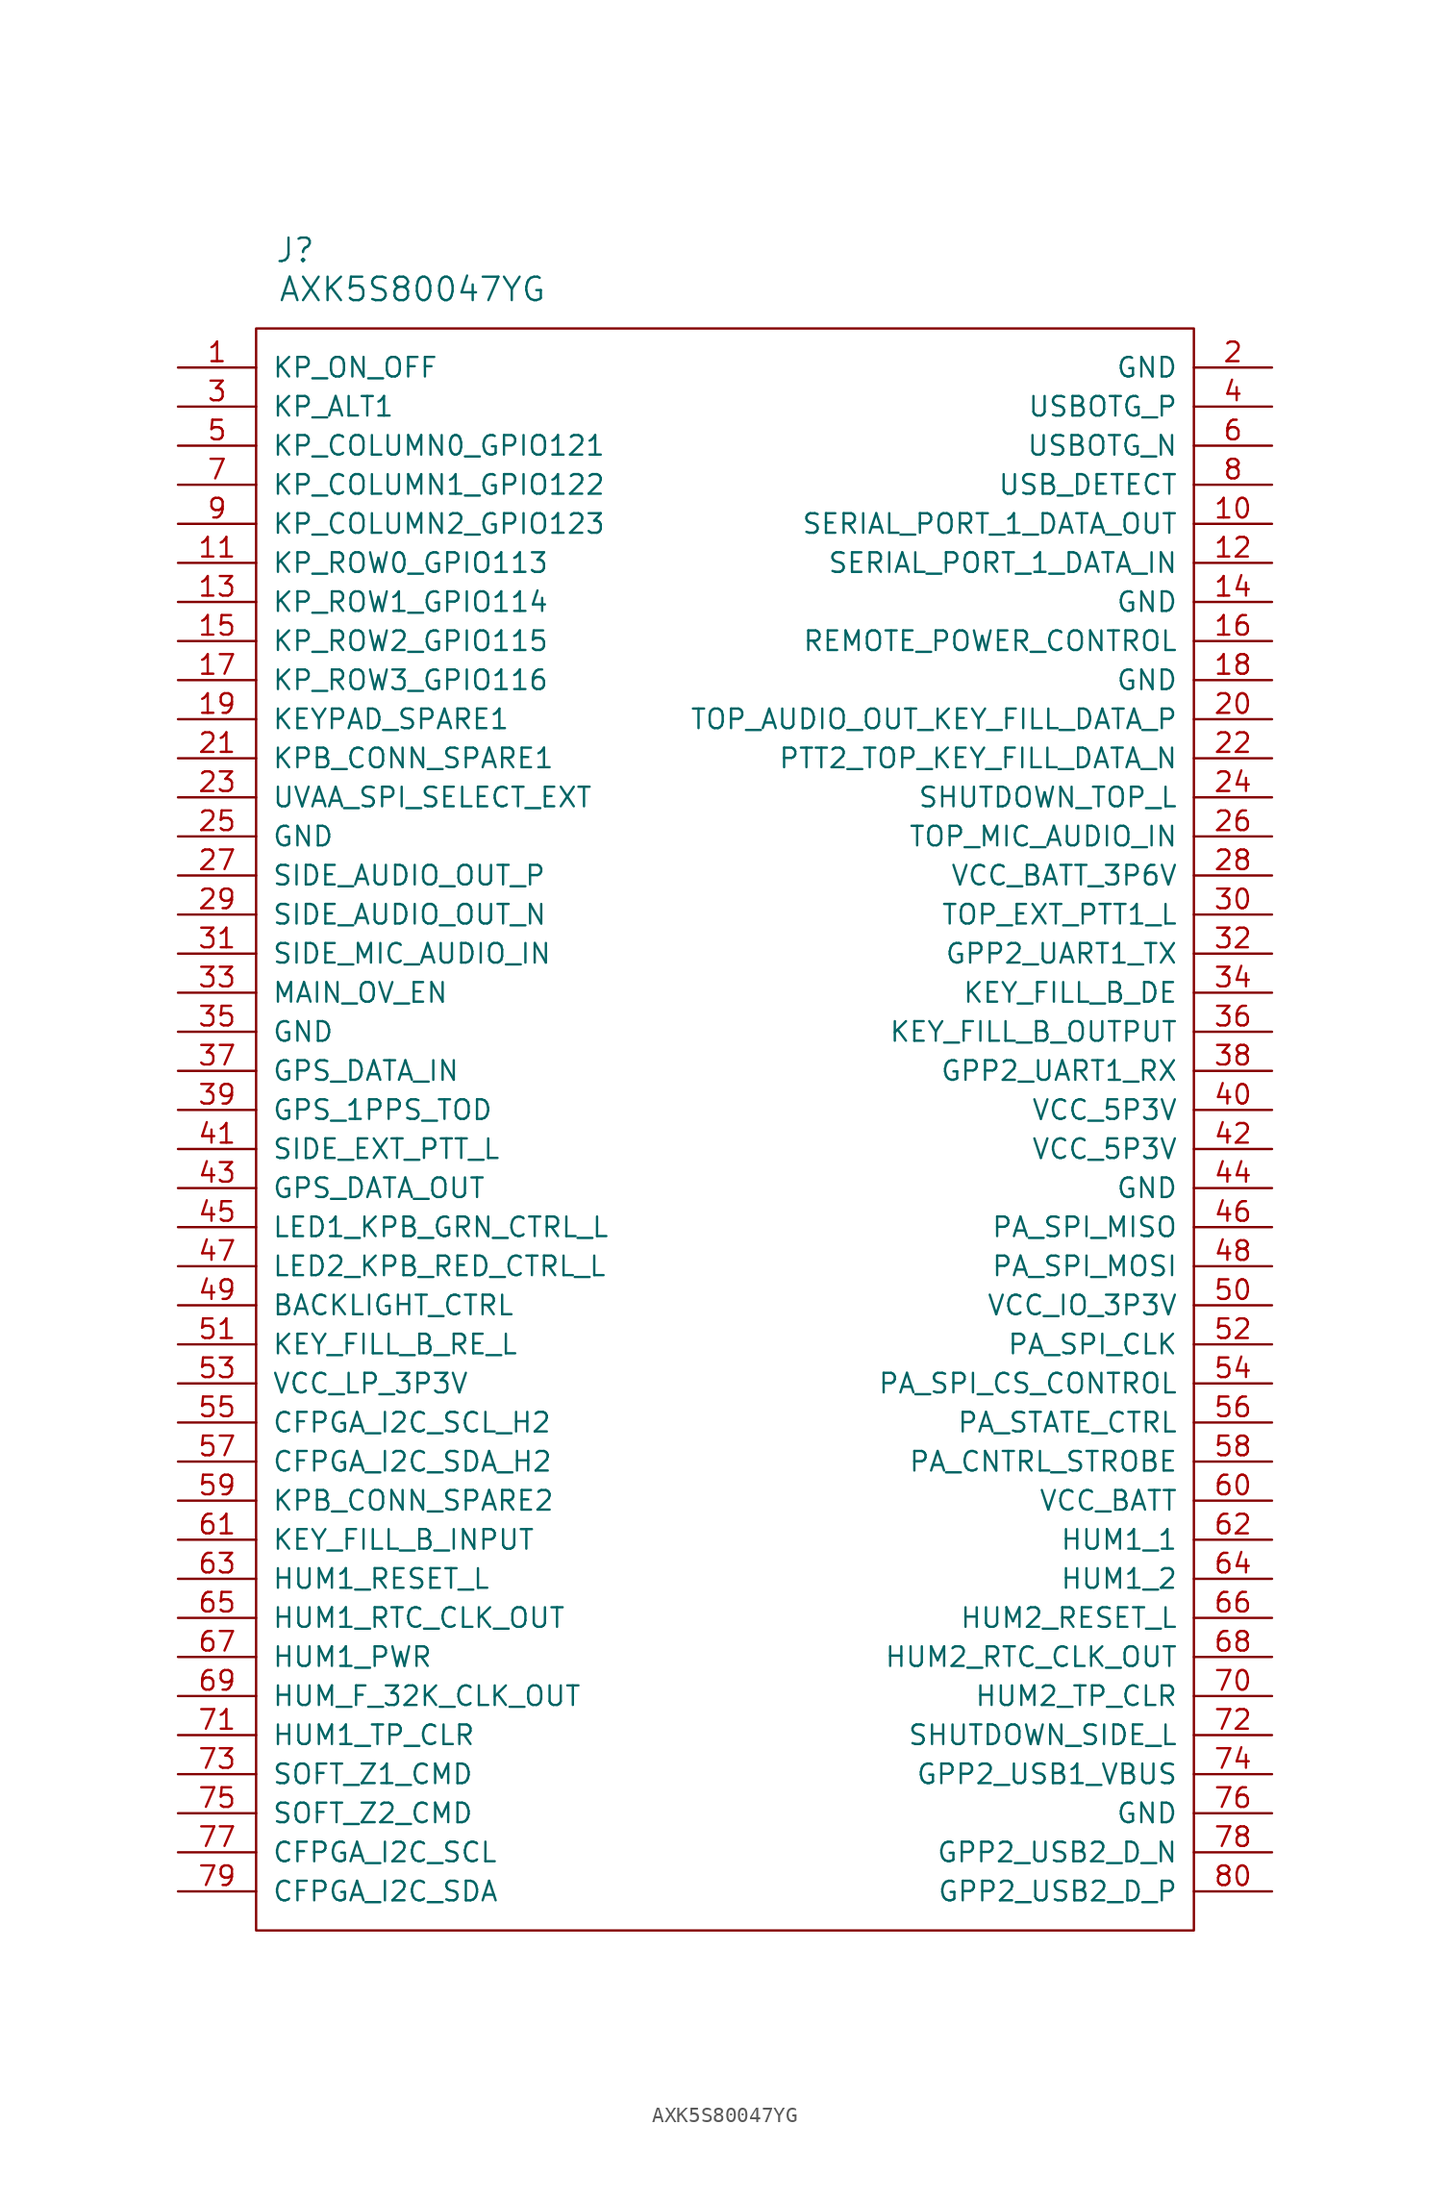
<source format=kicad_sym>
(kicad_symbol_lib
  (version 20231120)
  (generator "kicad_symbol_editor")
  (generator_version "8.0")
  (symbol "AXK5S80047YG"
    (pin_names
      (offset 1.016))
    (property "Reference" "J"
      (at -27.94 57.15 0)
      (effects (font (size 1.524 1.524))))
    (property "Value" "AXK5S80047YG"
      (at -20.32 54.61 0)
      (effects (font (size 1.524 1.524))))
    (property "Footprint" ""
      (at 0 1.27 0)
      (effects (font (size 1.524 1.524))))
    (property "Datasheet" ""
      (at 0 1.27 0)
      (effects (font (size 1.524 1.524))))
    (symbol "AXK5S80047YG_0_1"
      (rectangle (start -30.48 52.07) (end 30.48 -52.07) (stroke (width 0) (type default)) (fill (type none))))
    (symbol "AXK5S80047YG_1_1"
      (pin passive line (at -35.56 49.53 0) (length 5.08) (name "KP_ON_OFF" (effects (font (size 1.27 1.27)))) (number "1" (effects (font (size 1.27 1.27)))))
      (pin passive line (at 35.56 39.37 180) (length 5.08) (name "SERIAL_PORT_1_DATA_OUT" (effects (font (size 1.27 1.27)))) (number "10" (effects (font (size 1.27 1.27)))))
      (pin passive line (at -35.56 36.83 0) (length 5.08) (name "KP_ROW0_GPIO113" (effects (font (size 1.27 1.27)))) (number "11" (effects (font (size 1.27 1.27)))))
      (pin passive line (at 35.56 36.83 180) (length 5.08) (name "SERIAL_PORT_1_DATA_IN" (effects (font (size 1.27 1.27)))) (number "12" (effects (font (size 1.27 1.27)))))
      (pin passive line (at -35.56 34.29 0) (length 5.08) (name "KP_ROW1_GPIO114" (effects (font (size 1.27 1.27)))) (number "13" (effects (font (size 1.27 1.27)))))
      (pin passive line (at 35.56 34.29 180) (length 5.08) (name "GND" (effects (font (size 1.27 1.27)))) (number "14" (effects (font (size 1.27 1.27)))))
      (pin passive line (at -35.56 31.75 0) (length 5.08) (name "KP_ROW2_GPIO115" (effects (font (size 1.27 1.27)))) (number "15" (effects (font (size 1.27 1.27)))))
      (pin passive line (at 35.56 31.75 180) (length 5.08) (name "REMOTE_POWER_CONTROL" (effects (font (size 1.27 1.27)))) (number "16" (effects (font (size 1.27 1.27)))))
      (pin passive line (at -35.56 29.21 0) (length 5.08) (name "KP_ROW3_GPIO116" (effects (font (size 1.27 1.27)))) (number "17" (effects (font (size 1.27 1.27)))))
      (pin passive line (at 35.56 29.21 180) (length 5.08) (name "GND" (effects (font (size 1.27 1.27)))) (number "18" (effects (font (size 1.27 1.27)))))
      (pin passive line (at -35.56 26.67 0) (length 5.08) (name "KEYPAD_SPARE1" (effects (font (size 1.27 1.27)))) (number "19" (effects (font (size 1.27 1.27)))))
      (pin passive line (at 35.56 49.53 180) (length 5.08) (name "GND" (effects (font (size 1.27 1.27)))) (number "2" (effects (font (size 1.27 1.27)))))
      (pin passive line (at 35.56 26.67 180) (length 5.08) (name "TOP_AUDIO_OUT_KEY_FILL_DATA_P" (effects (font (size 1.27 1.27)))) (number "20" (effects (font (size 1.27 1.27)))))
      (pin passive line (at -35.56 24.13 0) (length 5.08) (name "KPB_CONN_SPARE1" (effects (font (size 1.27 1.27)))) (number "21" (effects (font (size 1.27 1.27)))))
      (pin passive line (at 35.56 24.13 180) (length 5.08) (name "PTT2_TOP_KEY_FILL_DATA_N" (effects (font (size 1.27 1.27)))) (number "22" (effects (font (size 1.27 1.27)))))
      (pin passive line (at -35.56 21.59 0) (length 5.08) (name "UVAA_SPI_SELECT_EXT" (effects (font (size 1.27 1.27)))) (number "23" (effects (font (size 1.27 1.27)))))
      (pin passive line (at 35.56 21.59 180) (length 5.08) (name "SHUTDOWN_TOP_L" (effects (font (size 1.27 1.27)))) (number "24" (effects (font (size 1.27 1.27)))))
      (pin passive line (at -35.56 19.05 0) (length 5.08) (name "GND" (effects (font (size 1.27 1.27)))) (number "25" (effects (font (size 1.27 1.27)))))
      (pin passive line (at 35.56 19.05 180) (length 5.08) (name "TOP_MIC_AUDIO_IN" (effects (font (size 1.27 1.27)))) (number "26" (effects (font (size 1.27 1.27)))))
      (pin passive line (at -35.56 16.51 0) (length 5.08) (name "SIDE_AUDIO_OUT_P" (effects (font (size 1.27 1.27)))) (number "27" (effects (font (size 1.27 1.27)))))
      (pin passive line (at 35.56 16.51 180) (length 5.08) (name "VCC_BATT_3P6V" (effects (font (size 1.27 1.27)))) (number "28" (effects (font (size 1.27 1.27)))))
      (pin passive line (at -35.56 13.97 0) (length 5.08) (name "SIDE_AUDIO_OUT_N" (effects (font (size 1.27 1.27)))) (number "29" (effects (font (size 1.27 1.27)))))
      (pin passive line (at -35.56 46.99 0) (length 5.08) (name "KP_ALT1" (effects (font (size 1.27 1.27)))) (number "3" (effects (font (size 1.27 1.27)))))
      (pin passive line (at 35.56 13.97 180) (length 5.08) (name "TOP_EXT_PTT1_L" (effects (font (size 1.27 1.27)))) (number "30" (effects (font (size 1.27 1.27)))))
      (pin passive line (at -35.56 11.43 0) (length 5.08) (name "SIDE_MIC_AUDIO_IN" (effects (font (size 1.27 1.27)))) (number "31" (effects (font (size 1.27 1.27)))))
      (pin passive line (at 35.56 11.43 180) (length 5.08) (name "GPP2_UART1_TX" (effects (font (size 1.27 1.27)))) (number "32" (effects (font (size 1.27 1.27)))))
      (pin passive line (at -35.56 8.89 0) (length 5.08) (name "MAIN_OV_EN" (effects (font (size 1.27 1.27)))) (number "33" (effects (font (size 1.27 1.27)))))
      (pin passive line (at 35.56 8.89 180) (length 5.08) (name "KEY_FILL_B_DE" (effects (font (size 1.27 1.27)))) (number "34" (effects (font (size 1.27 1.27)))))
      (pin passive line (at -35.56 6.35 0) (length 5.08) (name "GND" (effects (font (size 1.27 1.27)))) (number "35" (effects (font (size 1.27 1.27)))))
      (pin passive line (at 35.56 6.35 180) (length 5.08) (name "KEY_FILL_B_OUTPUT" (effects (font (size 1.27 1.27)))) (number "36" (effects (font (size 1.27 1.27)))))
      (pin passive line (at -35.56 3.81 0) (length 5.08) (name "GPS_DATA_IN" (effects (font (size 1.27 1.27)))) (number "37" (effects (font (size 1.27 1.27)))))
      (pin passive line (at 35.56 3.81 180) (length 5.08) (name "GPP2_UART1_RX" (effects (font (size 1.27 1.27)))) (number "38" (effects (font (size 1.27 1.27)))))
      (pin passive line (at -35.56 1.27 0) (length 5.08) (name "GPS_1PPS_TOD" (effects (font (size 1.27 1.27)))) (number "39" (effects (font (size 1.27 1.27)))))
      (pin passive line (at 35.56 46.99 180) (length 5.08) (name "USBOTG_P" (effects (font (size 1.27 1.27)))) (number "4" (effects (font (size 1.27 1.27)))))
      (pin passive line (at 35.56 1.27 180) (length 5.08) (name "VCC_5P3V" (effects (font (size 1.27 1.27)))) (number "40" (effects (font (size 1.27 1.27)))))
      (pin passive line (at -35.56 -1.27 0) (length 5.08) (name "SIDE_EXT_PTT_L" (effects (font (size 1.27 1.27)))) (number "41" (effects (font (size 1.27 1.27)))))
      (pin passive line (at 35.56 -1.27 180) (length 5.08) (name "VCC_5P3V" (effects (font (size 1.27 1.27)))) (number "42" (effects (font (size 1.27 1.27)))))
      (pin passive line (at -35.56 -3.81 0) (length 5.08) (name "GPS_DATA_OUT" (effects (font (size 1.27 1.27)))) (number "43" (effects (font (size 1.27 1.27)))))
      (pin passive line (at 35.56 -3.81 180) (length 5.08) (name "GND" (effects (font (size 1.27 1.27)))) (number "44" (effects (font (size 1.27 1.27)))))
      (pin passive line (at -35.56 -6.35 0) (length 5.08) (name "LED1_KPB_GRN_CTRL_L" (effects (font (size 1.27 1.27)))) (number "45" (effects (font (size 1.27 1.27)))))
      (pin passive line (at 35.56 -6.35 180) (length 5.08) (name "PA_SPI_MISO" (effects (font (size 1.27 1.27)))) (number "46" (effects (font (size 1.27 1.27)))))
      (pin passive line (at -35.56 -8.89 0) (length 5.08) (name "LED2_KPB_RED_CTRL_L" (effects (font (size 1.27 1.27)))) (number "47" (effects (font (size 1.27 1.27)))))
      (pin passive line (at 35.56 -8.89 180) (length 5.08) (name "PA_SPI_MOSI" (effects (font (size 1.27 1.27)))) (number "48" (effects (font (size 1.27 1.27)))))
      (pin passive line (at -35.56 -11.43 0) (length 5.08) (name "BACKLIGHT_CTRL" (effects (font (size 1.27 1.27)))) (number "49" (effects (font (size 1.27 1.27)))))
      (pin passive line (at -35.56 44.45 0) (length 5.08) (name "KP_COLUMN0_GPIO121" (effects (font (size 1.27 1.27)))) (number "5" (effects (font (size 1.27 1.27)))))
      (pin passive line (at 35.56 -11.43 180) (length 5.08) (name "VCC_IO_3P3V" (effects (font (size 1.27 1.27)))) (number "50" (effects (font (size 1.27 1.27)))))
      (pin passive line (at -35.56 -13.97 0) (length 5.08) (name "KEY_FILL_B_RE_L" (effects (font (size 1.27 1.27)))) (number "51" (effects (font (size 1.27 1.27)))))
      (pin passive line (at 35.56 -13.97 180) (length 5.08) (name "PA_SPI_CLK" (effects (font (size 1.27 1.27)))) (number "52" (effects (font (size 1.27 1.27)))))
      (pin passive line (at -35.56 -16.51 0) (length 5.08) (name "VCC_LP_3P3V" (effects (font (size 1.27 1.27)))) (number "53" (effects (font (size 1.27 1.27)))))
      (pin passive line (at 35.56 -16.51 180) (length 5.08) (name "PA_SPI_CS_CONTROL" (effects (font (size 1.27 1.27)))) (number "54" (effects (font (size 1.27 1.27)))))
      (pin passive line (at -35.56 -19.05 0) (length 5.08) (name "CFPGA_I2C_SCL_H2" (effects (font (size 1.27 1.27)))) (number "55" (effects (font (size 1.27 1.27)))))
      (pin passive line (at 35.56 -19.05 180) (length 5.08) (name "PA_STATE_CTRL" (effects (font (size 1.27 1.27)))) (number "56" (effects (font (size 1.27 1.27)))))
      (pin passive line (at -35.56 -21.59 0) (length 5.08) (name "CFPGA_I2C_SDA_H2" (effects (font (size 1.27 1.27)))) (number "57" (effects (font (size 1.27 1.27)))))
      (pin passive line (at 35.56 -21.59 180) (length 5.08) (name "PA_CNTRL_STROBE" (effects (font (size 1.27 1.27)))) (number "58" (effects (font (size 1.27 1.27)))))
      (pin passive line (at -35.56 -24.13 0) (length 5.08) (name "KPB_CONN_SPARE2" (effects (font (size 1.27 1.27)))) (number "59" (effects (font (size 1.27 1.27)))))
      (pin passive line (at 35.56 44.45 180) (length 5.08) (name "USBOTG_N" (effects (font (size 1.27 1.27)))) (number "6" (effects (font (size 1.27 1.27)))))
      (pin passive line (at 35.56 -24.13 180) (length 5.08) (name "VCC_BATT" (effects (font (size 1.27 1.27)))) (number "60" (effects (font (size 1.27 1.27)))))
      (pin passive line (at -35.56 -26.67 0) (length 5.08) (name "KEY_FILL_B_INPUT" (effects (font (size 1.27 1.27)))) (number "61" (effects (font (size 1.27 1.27)))))
      (pin passive line (at 35.56 -26.67 180) (length 5.08) (name "HUM1_1" (effects (font (size 1.27 1.27)))) (number "62" (effects (font (size 1.27 1.27)))))
      (pin passive line (at -35.56 -29.21 0) (length 5.08) (name "HUM1_RESET_L" (effects (font (size 1.27 1.27)))) (number "63" (effects (font (size 1.27 1.27)))))
      (pin passive line (at 35.56 -29.21 180) (length 5.08) (name "HUM1_2" (effects (font (size 1.27 1.27)))) (number "64" (effects (font (size 1.27 1.27)))))
      (pin passive line (at -35.56 -31.75 0) (length 5.08) (name "HUM1_RTC_CLK_OUT" (effects (font (size 1.27 1.27)))) (number "65" (effects (font (size 1.27 1.27)))))
      (pin passive line (at 35.56 -31.75 180) (length 5.08) (name "HUM2_RESET_L" (effects (font (size 1.27 1.27)))) (number "66" (effects (font (size 1.27 1.27)))))
      (pin passive line (at -35.56 -34.29 0) (length 5.08) (name "HUM1_PWR" (effects (font (size 1.27 1.27)))) (number "67" (effects (font (size 1.27 1.27)))))
      (pin passive line (at 35.56 -34.29 180) (length 5.08) (name "HUM2_RTC_CLK_OUT" (effects (font (size 1.27 1.27)))) (number "68" (effects (font (size 1.27 1.27)))))
      (pin passive line (at -35.56 -36.83 0) (length 5.08) (name "HUM_F_32K_CLK_OUT" (effects (font (size 1.27 1.27)))) (number "69" (effects (font (size 1.27 1.27)))))
      (pin passive line (at -35.56 41.91 0) (length 5.08) (name "KP_COLUMN1_GPIO122" (effects (font (size 1.27 1.27)))) (number "7" (effects (font (size 1.27 1.27)))))
      (pin passive line (at 35.56 -36.83 180) (length 5.08) (name "HUM2_TP_CLR" (effects (font (size 1.27 1.27)))) (number "70" (effects (font (size 1.27 1.27)))))
      (pin passive line (at -35.56 -39.37 0) (length 5.08) (name "HUM1_TP_CLR" (effects (font (size 1.27 1.27)))) (number "71" (effects (font (size 1.27 1.27)))))
      (pin passive line (at 35.56 -39.37 180) (length 5.08) (name "SHUTDOWN_SIDE_L" (effects (font (size 1.27 1.27)))) (number "72" (effects (font (size 1.27 1.27)))))
      (pin passive line (at -35.56 -41.91 0) (length 5.08) (name "SOFT_Z1_CMD" (effects (font (size 1.27 1.27)))) (number "73" (effects (font (size 1.27 1.27)))))
      (pin passive line (at 35.56 -41.91 180) (length 5.08) (name "GPP2_USB1_VBUS" (effects (font (size 1.27 1.27)))) (number "74" (effects (font (size 1.27 1.27)))))
      (pin passive line (at -35.56 -44.45 0) (length 5.08) (name "SOFT_Z2_CMD" (effects (font (size 1.27 1.27)))) (number "75" (effects (font (size 1.27 1.27)))))
      (pin passive line (at 35.56 -44.45 180) (length 5.08) (name "GND" (effects (font (size 1.27 1.27)))) (number "76" (effects (font (size 1.27 1.27)))))
      (pin passive line (at -35.56 -46.99 0) (length 5.08) (name "CFPGA_I2C_SCL" (effects (font (size 1.27 1.27)))) (number "77" (effects (font (size 1.27 1.27)))))
      (pin passive line (at 35.56 -46.99 180) (length 5.08) (name "GPP2_USB2_D_N" (effects (font (size 1.27 1.27)))) (number "78" (effects (font (size 1.27 1.27)))))
      (pin passive line (at -35.56 -49.53 0) (length 5.08) (name "CFPGA_I2C_SDA" (effects (font (size 1.27 1.27)))) (number "79" (effects (font (size 1.27 1.27)))))
      (pin passive line (at 35.56 41.91 180) (length 5.08) (name "USB_DETECT" (effects (font (size 1.27 1.27)))) (number "8" (effects (font (size 1.27 1.27)))))
      (pin passive line (at 35.56 -49.53 180) (length 5.08) (name "GPP2_USB2_D_P" (effects (font (size 1.27 1.27)))) (number "80" (effects (font (size 1.27 1.27)))))
      (pin passive line (at -35.56 39.37 0) (length 5.08) (name "KP_COLUMN2_GPIO123" (effects (font (size 1.27 1.27)))) (number "9" (effects (font (size 1.27 1.27))))))))
</source>
